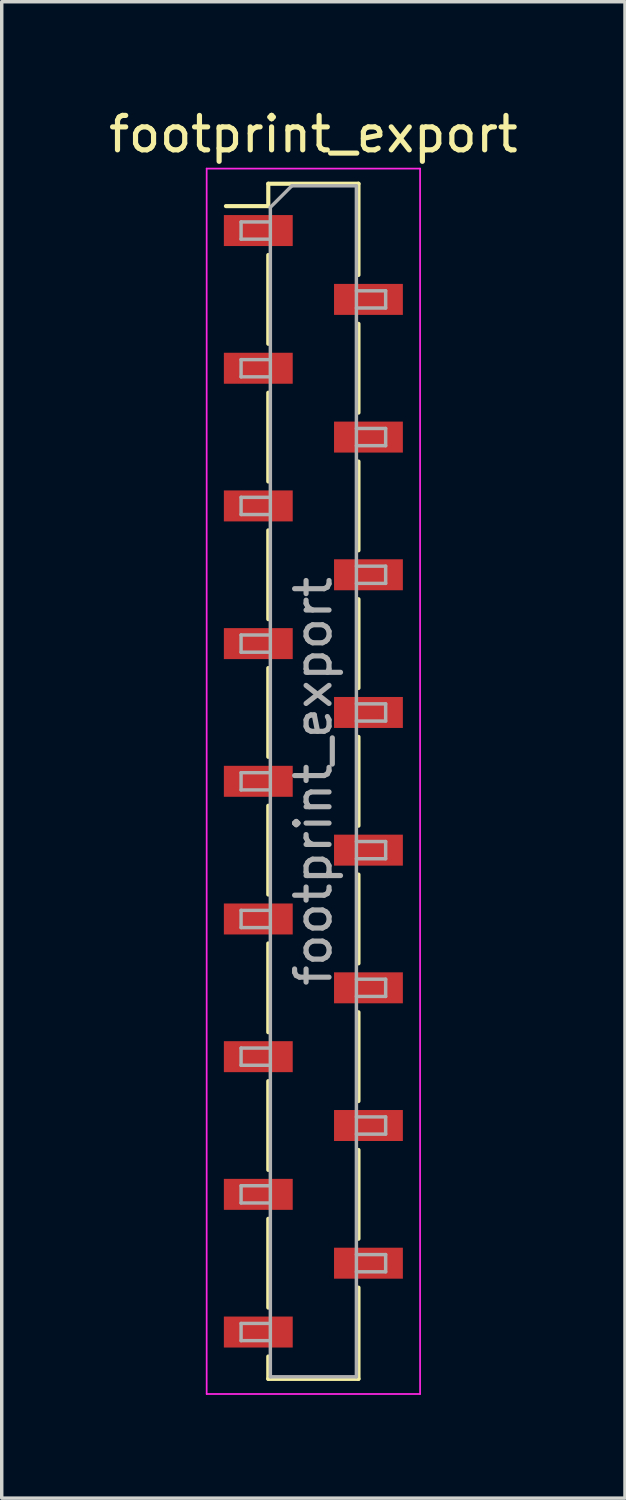
<source format=kicad_pcb>
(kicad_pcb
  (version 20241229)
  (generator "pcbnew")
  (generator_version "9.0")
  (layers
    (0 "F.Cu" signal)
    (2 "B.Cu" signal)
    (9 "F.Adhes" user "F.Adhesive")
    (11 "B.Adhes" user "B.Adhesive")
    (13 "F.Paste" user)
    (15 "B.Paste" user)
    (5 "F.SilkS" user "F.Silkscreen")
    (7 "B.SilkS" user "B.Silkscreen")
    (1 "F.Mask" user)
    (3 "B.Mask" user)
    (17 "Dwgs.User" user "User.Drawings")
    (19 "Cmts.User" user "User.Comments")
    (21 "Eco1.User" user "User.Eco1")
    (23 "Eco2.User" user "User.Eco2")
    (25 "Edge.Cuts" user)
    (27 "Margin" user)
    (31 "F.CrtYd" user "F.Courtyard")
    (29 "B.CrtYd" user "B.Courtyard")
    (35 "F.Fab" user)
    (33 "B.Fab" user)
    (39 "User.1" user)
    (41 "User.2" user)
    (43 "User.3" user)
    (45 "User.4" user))
  (footprint "footprint_export"
    (layer "F.Cu")
    (at 6.054 19.648)
    (property "Reference" "footprint_export" (at 0 -18.8 0) (layer "F.SilkS") (effects (font (size 1 1) (thickness 0.15))))
    (attr smd)
    (fp_line (start -2.54 -16.71) (end -1.31 -16.71) (stroke (width 0.12) (type solid)) (layer "F.SilkS"))
    (fp_line (start -1.31 -17.36) (end -1.31 -16.71) (stroke (width 0.12) (type solid)) (layer "F.SilkS"))
    (fp_line (start -1.31 -17.36) (end 1.31 -17.36) (stroke (width 0.12) (type solid)) (layer "F.SilkS"))
    (fp_line (start -1.31 -15.29) (end -1.31 -12.71) (stroke (width 0.12) (type solid)) (layer "F.SilkS"))
    (fp_line (start -1.31 -11.29) (end -1.31 -8.71) (stroke (width 0.12) (type solid)) (layer "F.SilkS"))
    (fp_line (start -1.31 -7.29) (end -1.31 -4.71) (stroke (width 0.12) (type solid)) (layer "F.SilkS"))
    (fp_line (start -1.31 -3.29) (end -1.31 -0.71) (stroke (width 0.12) (type solid)) (layer "F.SilkS"))
    (fp_line (start -1.31 0.71) (end -1.31 3.29) (stroke (width 0.12) (type solid)) (layer "F.SilkS"))
    (fp_line (start -1.31 4.71) (end -1.31 7.29) (stroke (width 0.12) (type solid)) (layer "F.SilkS"))
    (fp_line (start -1.31 8.71) (end -1.31 11.29) (stroke (width 0.12) (type solid)) (layer "F.SilkS"))
    (fp_line (start -1.31 12.71) (end -1.31 15.29) (stroke (width 0.12) (type solid)) (layer "F.SilkS"))
    (fp_line (start -1.31 16.71) (end -1.31 17.36) (stroke (width 0.12) (type solid)) (layer "F.SilkS"))
    (fp_line (start -1.31 17.36) (end 1.31 17.36) (stroke (width 0.12) (type solid)) (layer "F.SilkS"))
    (fp_line (start 1.31 -17.36) (end 1.31 -14.71) (stroke (width 0.12) (type solid)) (layer "F.SilkS"))
    (fp_line (start 1.31 -13.29) (end 1.31 -10.71) (stroke (width 0.12) (type solid)) (layer "F.SilkS"))
    (fp_line (start 1.31 -9.29) (end 1.31 -6.71) (stroke (width 0.12) (type solid)) (layer "F.SilkS"))
    (fp_line (start 1.31 -5.29) (end 1.31 -2.71) (stroke (width 0.12) (type solid)) (layer "F.SilkS"))
    (fp_line (start 1.31 -1.29) (end 1.31 1.29) (stroke (width 0.12) (type solid)) (layer "F.SilkS"))
    (fp_line (start 1.31 2.71) (end 1.31 5.29) (stroke (width 0.12) (type solid)) (layer "F.SilkS"))
    (fp_line (start 1.31 6.71) (end 1.31 9.29) (stroke (width 0.12) (type solid)) (layer "F.SilkS"))
    (fp_line (start 1.31 10.71) (end 1.31 13.29) (stroke (width 0.12) (type solid)) (layer "F.SilkS"))
    (fp_line (start 1.31 14.71) (end 1.31 17.36) (stroke (width 0.12) (type solid)) (layer "F.SilkS"))
    (fp_line (start -3.1 -17.8) (end 3.1 -17.8) (stroke (width 0.05) (type solid)) (layer "F.CrtYd"))
    (fp_line (start -3.1 17.8) (end -3.1 -17.8) (stroke (width 0.05) (type solid)) (layer "F.CrtYd"))
    (fp_line (start 3.1 -17.8) (end 3.1 17.8) (stroke (width 0.05) (type solid)) (layer "F.CrtYd"))
    (fp_line (start 3.1 17.8) (end -3.1 17.8) (stroke (width 0.05) (type solid)) (layer "F.CrtYd"))
    (fp_line (start -2.1 -16.25) (end -1.25 -16.25) (stroke (width 0.1) (type solid)) (layer "F.Fab"))
    (fp_line (start -2.1 -15.75) (end -2.1 -16.25) (stroke (width 0.1) (type solid)) (layer "F.Fab"))
    (fp_line (start -2.1 -12.25) (end -1.25 -12.25) (stroke (width 0.1) (type solid)) (layer "F.Fab"))
    (fp_line (start -2.1 -11.75) (end -2.1 -12.25) (stroke (width 0.1) (type solid)) (layer "F.Fab"))
    (fp_line (start -2.1 -8.25) (end -1.25 -8.25) (stroke (width 0.1) (type solid)) (layer "F.Fab"))
    (fp_line (start -2.1 -7.75) (end -2.1 -8.25) (stroke (width 0.1) (type solid)) (layer "F.Fab"))
    (fp_line (start -2.1 -4.25) (end -1.25 -4.25) (stroke (width 0.1) (type solid)) (layer "F.Fab"))
    (fp_line (start -2.1 -3.75) (end -2.1 -4.25) (stroke (width 0.1) (type solid)) (layer "F.Fab"))
    (fp_line (start -2.1 -0.25) (end -1.25 -0.25) (stroke (width 0.1) (type solid)) (layer "F.Fab"))
    (fp_line (start -2.1 0.25) (end -2.1 -0.25) (stroke (width 0.1) (type solid)) (layer "F.Fab"))
    (fp_line (start -2.1 3.75) (end -1.25 3.75) (stroke (width 0.1) (type solid)) (layer "F.Fab"))
    (fp_line (start -2.1 4.25) (end -2.1 3.75) (stroke (width 0.1) (type solid)) (layer "F.Fab"))
    (fp_line (start -2.1 7.75) (end -1.25 7.75) (stroke (width 0.1) (type solid)) (layer "F.Fab"))
    (fp_line (start -2.1 8.25) (end -2.1 7.75) (stroke (width 0.1) (type solid)) (layer "F.Fab"))
    (fp_line (start -2.1 11.75) (end -1.25 11.75) (stroke (width 0.1) (type solid)) (layer "F.Fab"))
    (fp_line (start -2.1 12.25) (end -2.1 11.75) (stroke (width 0.1) (type solid)) (layer "F.Fab"))
    (fp_line (start -2.1 15.75) (end -1.25 15.75) (stroke (width 0.1) (type solid)) (layer "F.Fab"))
    (fp_line (start -2.1 16.25) (end -2.1 15.75) (stroke (width 0.1) (type solid)) (layer "F.Fab"))
    (fp_line (start -1.25 -16.675) (end -0.625 -17.3) (stroke (width 0.1) (type solid)) (layer "F.Fab"))
    (fp_line (start -1.25 -15.75) (end -2.1 -15.75) (stroke (width 0.1) (type solid)) (layer "F.Fab"))
    (fp_line (start -1.25 -11.75) (end -2.1 -11.75) (stroke (width 0.1) (type solid)) (layer "F.Fab"))
    (fp_line (start -1.25 -7.75) (end -2.1 -7.75) (stroke (width 0.1) (type solid)) (layer "F.Fab"))
    (fp_line (start -1.25 -3.75) (end -2.1 -3.75) (stroke (width 0.1) (type solid)) (layer "F.Fab"))
    (fp_line (start -1.25 0.25) (end -2.1 0.25) (stroke (width 0.1) (type solid)) (layer "F.Fab"))
    (fp_line (start -1.25 4.25) (end -2.1 4.25) (stroke (width 0.1) (type solid)) (layer "F.Fab"))
    (fp_line (start -1.25 8.25) (end -2.1 8.25) (stroke (width 0.1) (type solid)) (layer "F.Fab"))
    (fp_line (start -1.25 12.25) (end -2.1 12.25) (stroke (width 0.1) (type solid)) (layer "F.Fab"))
    (fp_line (start -1.25 16.25) (end -2.1 16.25) (stroke (width 0.1) (type solid)) (layer "F.Fab"))
    (fp_line (start -1.25 17.3) (end -1.25 -16.675) (stroke (width 0.1) (type solid)) (layer "F.Fab"))
    (fp_line (start -0.625 -17.3) (end 1.25 -17.3) (stroke (width 0.1) (type solid)) (layer "F.Fab"))
    (fp_line (start 1.25 -17.3) (end 1.25 17.3) (stroke (width 0.1) (type solid)) (layer "F.Fab"))
    (fp_line (start 1.25 -14.25) (end 2.1 -14.25) (stroke (width 0.1) (type solid)) (layer "F.Fab"))
    (fp_line (start 1.25 -10.25) (end 2.1 -10.25) (stroke (width 0.1) (type solid)) (layer "F.Fab"))
    (fp_line (start 1.25 -6.25) (end 2.1 -6.25) (stroke (width 0.1) (type solid)) (layer "F.Fab"))
    (fp_line (start 1.25 -2.25) (end 2.1 -2.25) (stroke (width 0.1) (type solid)) (layer "F.Fab"))
    (fp_line (start 1.25 1.75) (end 2.1 1.75) (stroke (width 0.1) (type solid)) (layer "F.Fab"))
    (fp_line (start 1.25 5.75) (end 2.1 5.75) (stroke (width 0.1) (type solid)) (layer "F.Fab"))
    (fp_line (start 1.25 9.75) (end 2.1 9.75) (stroke (width 0.1) (type solid)) (layer "F.Fab"))
    (fp_line (start 1.25 13.75) (end 2.1 13.75) (stroke (width 0.1) (type solid)) (layer "F.Fab"))
    (fp_line (start 1.25 17.3) (end -1.25 17.3) (stroke (width 0.1) (type solid)) (layer "F.Fab"))
    (fp_line (start 2.1 -14.25) (end 2.1 -13.75) (stroke (width 0.1) (type solid)) (layer "F.Fab"))
    (fp_line (start 2.1 -13.75) (end 1.25 -13.75) (stroke (width 0.1) (type solid)) (layer "F.Fab"))
    (fp_line (start 2.1 -10.25) (end 2.1 -9.75) (stroke (width 0.1) (type solid)) (layer "F.Fab"))
    (fp_line (start 2.1 -9.75) (end 1.25 -9.75) (stroke (width 0.1) (type solid)) (layer "F.Fab"))
    (fp_line (start 2.1 -6.25) (end 2.1 -5.75) (stroke (width 0.1) (type solid)) (layer "F.Fab"))
    (fp_line (start 2.1 -5.75) (end 1.25 -5.75) (stroke (width 0.1) (type solid)) (layer "F.Fab"))
    (fp_line (start 2.1 -2.25) (end 2.1 -1.75) (stroke (width 0.1) (type solid)) (layer "F.Fab"))
    (fp_line (start 2.1 -1.75) (end 1.25 -1.75) (stroke (width 0.1) (type solid)) (layer "F.Fab"))
    (fp_line (start 2.1 1.75) (end 2.1 2.25) (stroke (width 0.1) (type solid)) (layer "F.Fab"))
    (fp_line (start 2.1 2.25) (end 1.25 2.25) (stroke (width 0.1) (type solid)) (layer "F.Fab"))
    (fp_line (start 2.1 5.75) (end 2.1 6.25) (stroke (width 0.1) (type solid)) (layer "F.Fab"))
    (fp_line (start 2.1 6.25) (end 1.25 6.25) (stroke (width 0.1) (type solid)) (layer "F.Fab"))
    (fp_line (start 2.1 9.75) (end 2.1 10.25) (stroke (width 0.1) (type solid)) (layer "F.Fab"))
    (fp_line (start 2.1 10.25) (end 1.25 10.25) (stroke (width 0.1) (type solid)) (layer "F.Fab"))
    (fp_line (start 2.1 13.75) (end 2.1 14.25) (stroke (width 0.1) (type solid)) (layer "F.Fab"))
    (fp_line (start 2.1 14.25) (end 1.25 14.25) (stroke (width 0.1) (type solid)) (layer "F.Fab"))
    (fp_text user "${REFERENCE}" (at 0 0 90) (layer "F.Fab") (effects (font (size 1 1) (thickness 0.15))))
    (pad "1" smd rect (at -1.6 -16) (size 2 0.9) (layers "F.Cu" "F.Mask" "F.Paste"))
    (pad "2" smd rect (at 1.6 -14) (size 2 0.9) (layers "F.Cu" "F.Mask" "F.Paste"))
    (pad "3" smd rect (at -1.6 -12) (size 2 0.9) (layers "F.Cu" "F.Mask" "F.Paste"))
    (pad "4" smd rect (at 1.6 -10) (size 2 0.9) (layers "F.Cu" "F.Mask" "F.Paste"))
    (pad "5" smd rect (at -1.6 -8) (size 2 0.9) (layers "F.Cu" "F.Mask" "F.Paste"))
    (pad "6" smd rect (at 1.6 -6) (size 2 0.9) (layers "F.Cu" "F.Mask" "F.Paste"))
    (pad "7" smd rect (at -1.6 -4) (size 2 0.9) (layers "F.Cu" "F.Mask" "F.Paste"))
    (pad "8" smd rect (at 1.6 -2) (size 2 0.9) (layers "F.Cu" "F.Mask" "F.Paste"))
    (pad "9" smd rect (at -1.6 0) (size 2 0.9) (layers "F.Cu" "F.Mask" "F.Paste"))
    (pad "10" smd rect (at 1.6 2) (size 2 0.9) (layers "F.Cu" "F.Mask" "F.Paste"))
    (pad "11" smd rect (at -1.6 4) (size 2 0.9) (layers "F.Cu" "F.Mask" "F.Paste"))
    (pad "12" smd rect (at 1.6 6) (size 2 0.9) (layers "F.Cu" "F.Mask" "F.Paste"))
    (pad "13" smd rect (at -1.6 8) (size 2 0.9) (layers "F.Cu" "F.Mask" "F.Paste"))
    (pad "14" smd rect (at 1.6 10) (size 2 0.9) (layers "F.Cu" "F.Mask" "F.Paste"))
    (pad "15" smd rect (at -1.6 12) (size 2 0.9) (layers "F.Cu" "F.Mask" "F.Paste"))
    (pad "16" smd rect (at 1.6 14) (size 2 0.9) (layers "F.Cu" "F.Mask" "F.Paste"))
    (pad "17" smd rect (at -1.6 16) (size 2 0.9) (layers "F.Cu" "F.Mask" "F.Paste")))
  (gr_rect
    (start -3 -3)
    (end 15.107 40.473)
    (stroke (width 0.1) (type default))
    (fill no)
    (layer "Edge.Cuts")))
</source>
